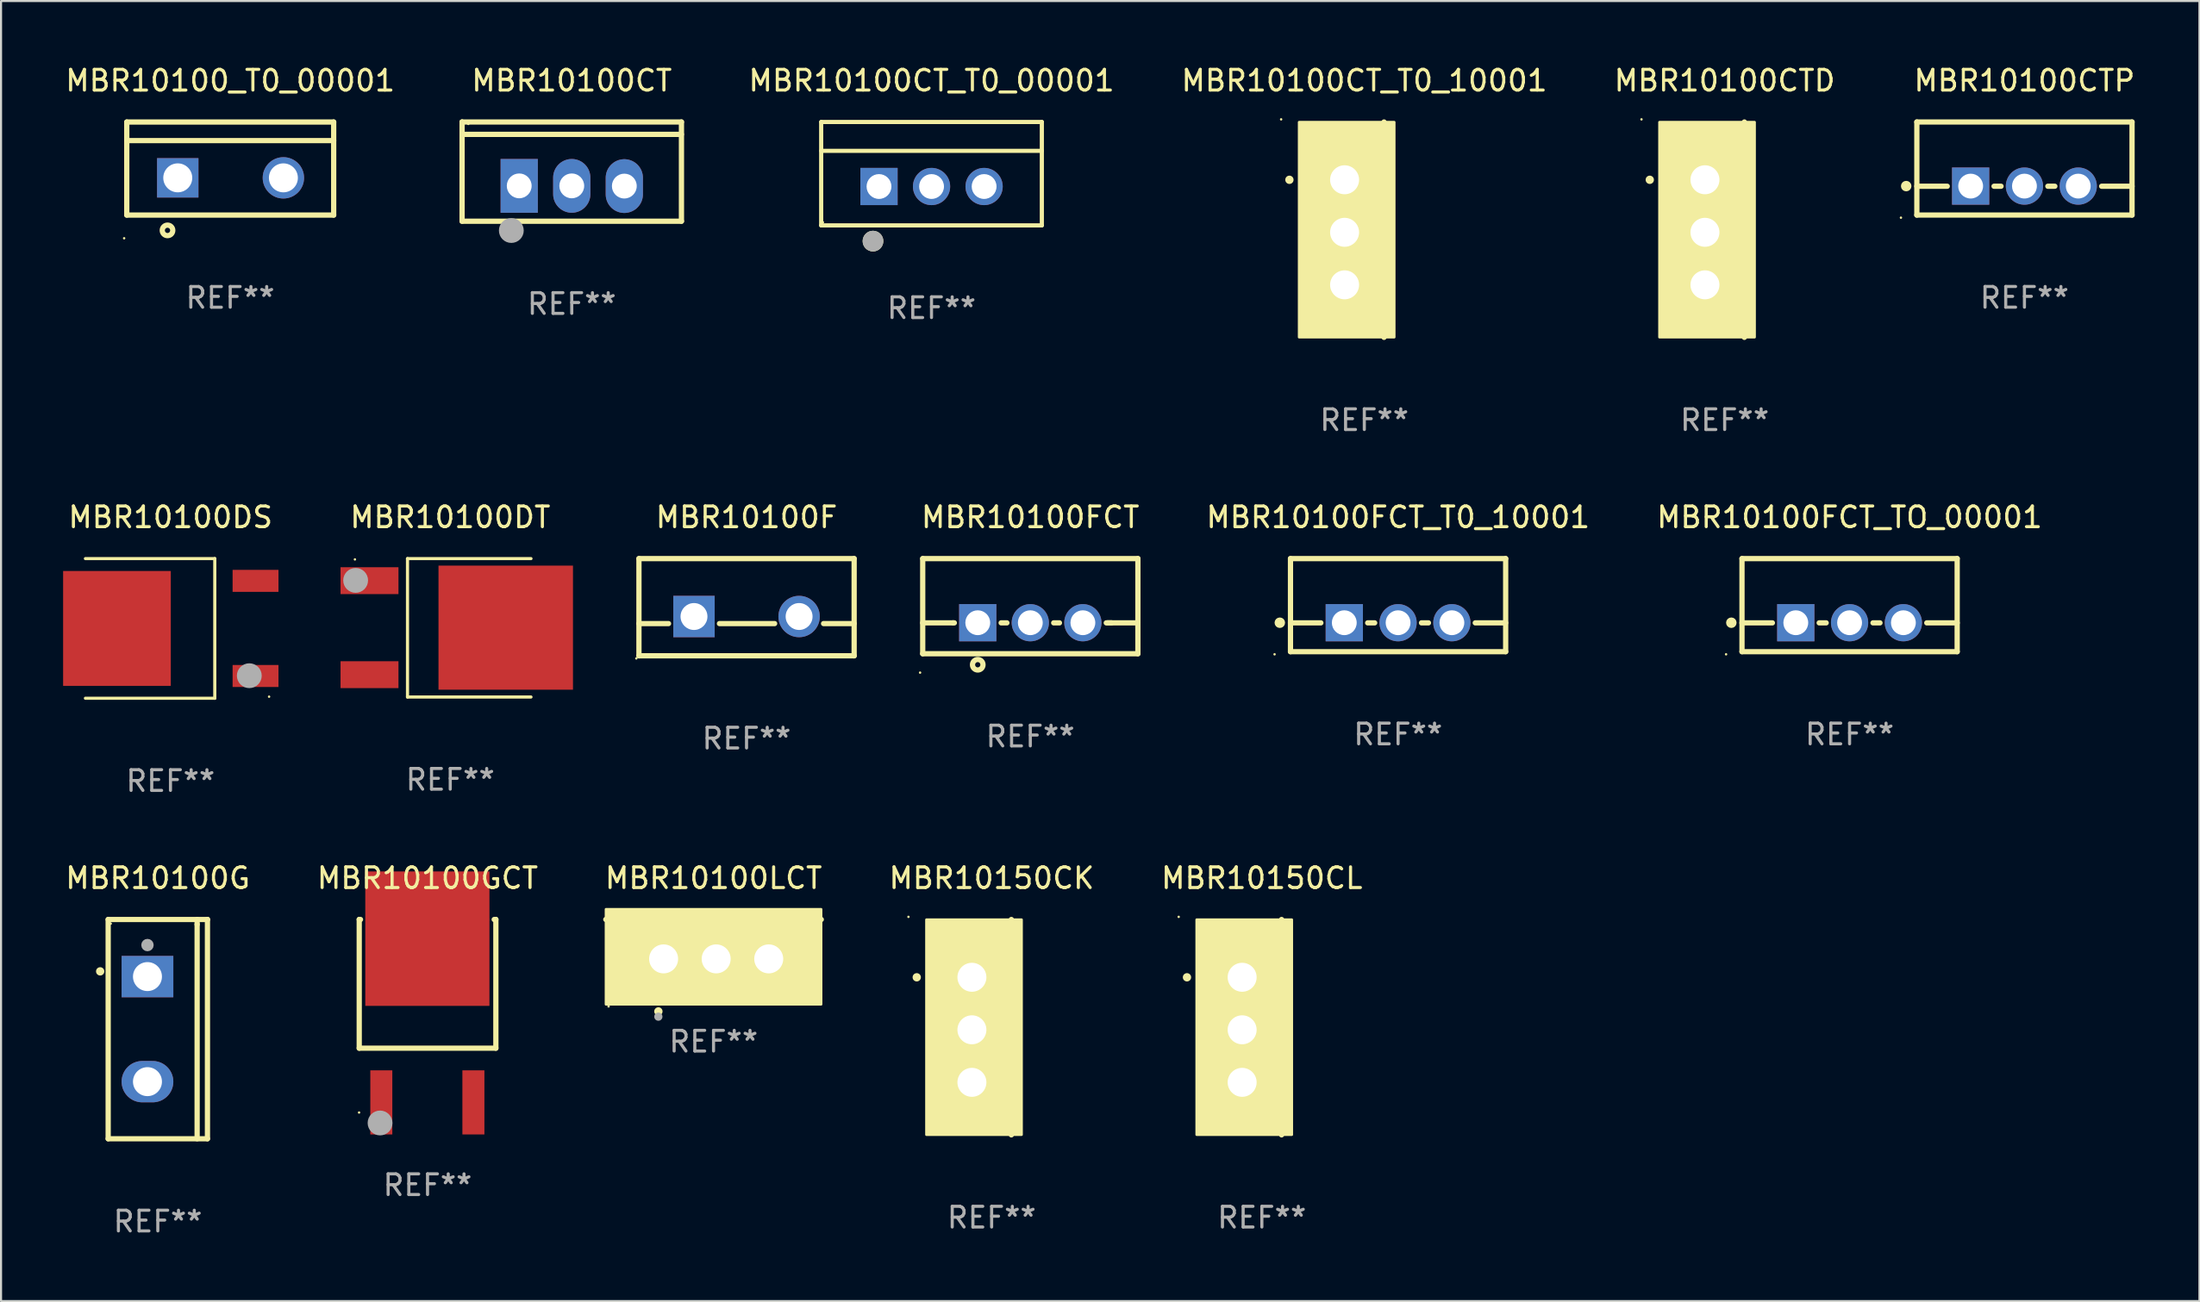
<source format=kicad_pcb>
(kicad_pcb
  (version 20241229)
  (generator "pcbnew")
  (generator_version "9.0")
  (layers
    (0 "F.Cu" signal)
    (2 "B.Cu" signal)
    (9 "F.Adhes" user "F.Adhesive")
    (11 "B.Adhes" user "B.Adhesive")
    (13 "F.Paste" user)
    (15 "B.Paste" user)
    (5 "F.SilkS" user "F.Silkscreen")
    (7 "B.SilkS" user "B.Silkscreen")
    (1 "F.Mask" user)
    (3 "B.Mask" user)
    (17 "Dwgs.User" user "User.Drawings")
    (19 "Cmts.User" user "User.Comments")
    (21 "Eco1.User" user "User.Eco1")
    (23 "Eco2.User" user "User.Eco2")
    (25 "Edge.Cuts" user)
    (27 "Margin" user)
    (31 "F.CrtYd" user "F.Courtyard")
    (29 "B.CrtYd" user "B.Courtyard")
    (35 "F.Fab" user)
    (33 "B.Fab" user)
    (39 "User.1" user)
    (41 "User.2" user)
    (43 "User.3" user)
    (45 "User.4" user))
  (footprint "MBR10100FCT"
    (layer "F.Cu")
    (at 46.744 26.259)
    (property "Reference" "MBR10100FCT" (at 0 -4.3 0) (layer "F.SilkS") (effects (font (size 1 1) (thickness 0.15))))
    (attr through_hole)
    (fp_line (start -5.2 -2.3) (end -5.2 2.3) (stroke (width 0.254) (type solid)) (layer "F.SilkS"))
    (fp_line (start -5.2 -2.3) (end 5.2 -2.3) (stroke (width 0.254) (type solid)) (layer "F.SilkS"))
    (fp_line (start -5.2 0.807) (end -3.731 0.807) (stroke (width 0.254) (type solid)) (layer "F.SilkS"))
    (fp_line (start -5.2 2.3) (end 5.2 2.3) (stroke (width 0.254) (type solid)) (layer "F.SilkS"))
    (fp_line (start -3.731 0.807) (end -3.671 0.807) (stroke (width 0.254) (type solid)) (layer "F.SilkS"))
    (fp_line (start -1.409 0.807) (end -1.131 0.807) (stroke (width 0.254) (type solid)) (layer "F.SilkS"))
    (fp_line (start 1.131 0.807) (end 1.409 0.807) (stroke (width 0.254) (type solid)) (layer "F.SilkS"))
    (fp_line (start 3.671 0.807) (end 3.926 0.807) (stroke (width 0.254) (type solid)) (layer "F.SilkS"))
    (fp_line (start 3.731 0.807) (end 5.2 0.807) (stroke (width 0.254) (type solid)) (layer "F.SilkS"))
    (fp_line (start 5.2 -2.3) (end 5.2 2.3) (stroke (width 0.254) (type solid)) (layer "F.SilkS"))
    (fp_circle (center -5.327 3.213) (end -5.297 3.213) (stroke (width 0.06) (type solid)) (fill no) (layer "F.SilkS"))
    (fp_circle (center -2.54 2.832) (end -2.286 2.832) (stroke (width 0.254) (type solid)) (fill no) (layer "F.SilkS"))
    (fp_text user "REF**" (at 0 6.3 0) (layer "F.Fab") (effects (font (size 1 1) (thickness 0.15))))
    (pad "1" thru_hole rect (at -2.54 0.8) (size 1.8 1.8) (drill 1.2) (layers "*.Cu" "*.Mask"))
    (pad "2" thru_hole circle (at 0 0.8) (size 1.8 1.8) (drill 1.2) (layers "*.Cu" "*.Mask"))
    (pad "3" thru_hole circle (at 2.54 0.8) (size 1.8 1.8) (drill 1.2) (layers "*.Cu" "*.Mask")))
  (footprint "MBR10100CTP"
    (layer "F.Cu")
    (at 94.79 5.098)
    (property "Reference" "MBR10100CTP" (at 0 -4.25 0) (layer "F.SilkS") (effects (font (size 1 1) (thickness 0.15))))
    (attr through_hole)
    (fp_line (start -5.2 -2.25) (end -5.2 2.25) (stroke (width 0.254) (type solid)) (layer "F.SilkS"))
    (fp_line (start -5.2 -2.25) (end 5.2 -2.25) (stroke (width 0.254) (type solid)) (layer "F.SilkS"))
    (fp_line (start -5.2 0.857) (end -3.731 0.857) (stroke (width 0.254) (type solid)) (layer "F.SilkS"))
    (fp_line (start -5.2 2.25) (end 5.2 2.25) (stroke (width 0.254) (type solid)) (layer "F.SilkS"))
    (fp_line (start -1.469 0.857) (end -1.131 0.857) (stroke (width 0.254) (type solid)) (layer "F.SilkS"))
    (fp_line (start 1.131 0.857) (end 1.469 0.857) (stroke (width 0.254) (type solid)) (layer "F.SilkS"))
    (fp_line (start 3.731 0.857) (end 5.2 0.857) (stroke (width 0.254) (type solid)) (layer "F.SilkS"))
    (fp_line (start 5.2 -2.25) (end 5.2 2.25) (stroke (width 0.254) (type solid)) (layer "F.SilkS"))
    (fp_circle (center -5.969 2.377) (end -5.939 2.377) (stroke (width 0.06) (type solid)) (fill no) (layer "F.SilkS"))
    (fp_circle (center -5.715 0.85) (end -5.588 0.85) (stroke (width 0.254) (type solid)) (fill no) (layer "F.SilkS"))
    (fp_text user "REF**" (at 0 6.25 0) (layer "F.Fab") (effects (font (size 1 1) (thickness 0.15))))
    (pad "1" thru_hole rect (at -2.6 0.85) (size 1.8 1.8) (drill 1.2) (layers "*.Cu" "*.Mask"))
    (pad "2" thru_hole circle (at 0 0.85) (size 1.8 1.8) (drill 1.2) (layers "*.Cu" "*.Mask"))
    (pad "3" thru_hole circle (at 2.6 0.85) (size 1.8 1.8) (drill 1.2) (layers "*.Cu" "*.Mask")))
  (footprint "MBR10100_T0_00001"
    (layer "F.Cu")
    (at 8.077 5.099)
    (property "Reference" "MBR10100_T0_00001" (at 0 -4.25 0) (layer "F.SilkS") (effects (font (size 1 1) (thickness 0.15))))
    (attr through_hole)
    (fp_line (start -5 -2.25) (end 5 -2.25) (stroke (width 0.254) (type solid)) (layer "F.SilkS"))
    (fp_line (start -5 -1.351) (end 5 -1.351) (stroke (width 0.254) (type solid)) (layer "F.SilkS"))
    (fp_line (start -5 2.25) (end -5 -2.25) (stroke (width 0.254) (type solid)) (layer "F.SilkS"))
    (fp_line (start -5 2.25) (end 5 2.25) (stroke (width 0.254) (type solid)) (layer "F.SilkS"))
    (fp_line (start 5 2.25) (end 5 -2.25) (stroke (width 0.254) (type solid)) (layer "F.SilkS"))
    (fp_circle (center -5.127 3.371) (end -5.097 3.371) (stroke (width 0.06) (type solid)) (fill no) (layer "F.SilkS"))
    (fp_circle (center -3.031 2.99) (end -2.777 2.99) (stroke (width 0.254) (type solid)) (fill no) (layer "F.SilkS"))
    (fp_text user "REF**" (at 0 6.25 0) (layer "F.Fab") (effects (font (size 1 1) (thickness 0.15))))
    (pad "1" thru_hole rect (at -2.536 0.45 90) (size 1.905 2) (drill 1.4) (layers "*.Cu" "*.Mask"))
    (pad "3" thru_hole circle (at 2.569 0.45) (size 2 2) (drill 1.4) (layers "*.Cu" "*.Mask")))
  (footprint "MBR10100FCT_T0_10001"
    (layer "F.Cu")
    (at 64.518 26.209)
    (property "Reference" "MBR10100FCT_T0_10001" (at 0 -4.25 0) (layer "F.SilkS") (effects (font (size 1 1) (thickness 0.15))))
    (attr through_hole)
    (fp_line (start -5.2 -2.25) (end -5.2 2.25) (stroke (width 0.254) (type solid)) (layer "F.SilkS"))
    (fp_line (start -5.2 -2.25) (end 5.2 -2.25) (stroke (width 0.254) (type solid)) (layer "F.SilkS"))
    (fp_line (start -5.2 0.857) (end -3.731 0.857) (stroke (width 0.254) (type solid)) (layer "F.SilkS"))
    (fp_line (start -5.2 2.25) (end 5.2 2.25) (stroke (width 0.254) (type solid)) (layer "F.SilkS"))
    (fp_line (start -1.469 0.857) (end -1.131 0.857) (stroke (width 0.254) (type solid)) (layer "F.SilkS"))
    (fp_line (start 1.131 0.857) (end 1.469 0.857) (stroke (width 0.254) (type solid)) (layer "F.SilkS"))
    (fp_line (start 3.731 0.857) (end 5.2 0.857) (stroke (width 0.254) (type solid)) (layer "F.SilkS"))
    (fp_line (start 5.2 -2.25) (end 5.2 2.25) (stroke (width 0.254) (type solid)) (layer "F.SilkS"))
    (fp_circle (center -5.969 2.377) (end -5.939 2.377) (stroke (width 0.06) (type solid)) (fill no) (layer "F.SilkS"))
    (fp_circle (center -5.715 0.85) (end -5.588 0.85) (stroke (width 0.254) (type solid)) (fill no) (layer "F.SilkS"))
    (fp_text user "REF**" (at 0 6.25 0) (layer "F.Fab") (effects (font (size 1 1) (thickness 0.15))))
    (pad "1" thru_hole rect (at -2.6 0.85) (size 1.8 1.8) (drill 1.2) (layers "*.Cu" "*.Mask"))
    (pad "2" thru_hole circle (at 0 0.85) (size 1.8 1.8) (drill 1.2) (layers "*.Cu" "*.Mask"))
    (pad "3" thru_hole circle (at 2.6 0.85) (size 1.8 1.8) (drill 1.2) (layers "*.Cu" "*.Mask")))
  (footprint "MBR10100G"
    (layer "F.Cu")
    (at 4.577 46.709)
    (property "Reference" "MBR10100G" (at 0 -7.301 0) (layer "F.SilkS") (effects (font (size 1 1) (thickness 0.15))))
    (attr through_hole)
    (fp_line (start -2.399 -5.301) (end 2.394 -5.301) (stroke (width 0.254) (type solid)) (layer "F.SilkS"))
    (fp_line (start -2.399 5.301) (end -2.399 -5.301) (stroke (width 0.254) (type solid)) (layer "F.SilkS"))
    (fp_line (start 1.9 -5.061) (end 1.9 -5.3) (stroke (width 0.254) (type solid)) (layer "F.SilkS"))
    (fp_line (start 1.9 5.3) (end 1.9 -5.061) (stroke (width 0.254) (type solid)) (layer "F.SilkS"))
    (fp_line (start 2.394 -5.301) (end 2.399 -5.301) (stroke (width 0.254) (type solid)) (layer "F.SilkS"))
    (fp_line (start 2.399 -5.301) (end 2.399 5.301) (stroke (width 0.254) (type solid)) (layer "F.SilkS"))
    (fp_line (start 2.399 5.301) (end -2.399 5.301) (stroke (width 0.254) (type solid)) (layer "F.SilkS"))
    (fp_arc (start -2.786043 -2.791466) (mid -2.786047 -2.792736) (end -2.786043 -2.794006) (stroke (width 0.4) (type solid)) (layer "F.SilkS"))
    (fp_circle (center -2.275 -5.1) (end -2.245 -5.1) (stroke (width 0.06) (type solid)) (fill no) (layer "F.SilkS"))
    (fp_circle (center -0.5 -4.064) (end -0.35 -4.064) (stroke (width 0.3) (type solid)) (fill no) (layer "F.Fab"))
    (fp_text user "REF**" (at 0 9.301 0) (layer "F.Fab") (effects (font (size 1 1) (thickness 0.15))))
    (pad "1" thru_hole rect (at -0.5 -2.54 270) (size 2 2.5) (drill 1.4) (layers "*.Cu" "*.Mask"))
    (pad "3" thru_hole oval (at -0.5 2.54 270) (size 2 2.5) (drill 1.4) (layers "*.Cu" "*.Mask")))
  (footprint "MBR10100CT_T0_10001"
    (layer "F.Cu")
    (at 62.886 8.055)
    (property "Reference" "MBR10100CT_T0_10001" (at 0 -7.207 0) (layer "F.SilkS") (effects (font (size 1 1) (thickness 0.15))))
    (attr through_hole)
    (fp_line (start 0.953 5.207) (end 0.953 -5.207) (stroke (width 0.254) (type solid)) (layer "F.SilkS"))
    (fp_arc (start -3.619507 -2.410465) (mid -3.619511 -2.411735) (end -3.619507 -2.413005) (stroke (width 0.4) (type solid)) (layer "F.SilkS"))
    (fp_circle (center -4.02 -5.334) (end -3.99 -5.334) (stroke (width 0.06) (type solid)) (fill no) (layer "F.SilkS"))
    (fp_poly (pts (xy -3.152 -5.2) (xy 1.448 -5.2) (xy 1.448 5.2) (xy -3.152 5.2)) (stroke (width 0.12) (type solid)) (fill yes) (layer "F.SilkS"))
    (fp_text user "REF**" (at 0 9.207 0) (layer "F.Fab") (effects (font (size 1 1) (thickness 0.15))))
    (pad "1" thru_hole rect (at -0.953 -2.413 270) (size 2 2.5) (drill 1.4) (layers "*.Cu" "*.Mask"))
    (pad "2" thru_hole oval (at -0.953 0.127 270) (size 2 2.5) (drill 1.4) (layers "*.Cu" "*.Mask"))
    (pad "3" thru_hole oval (at -0.953 2.667 270) (size 2 2.5) (drill 1.4) (layers "*.Cu" "*.Mask")))
  (footprint "MBR10150CK"
    (layer "F.Cu")
    (at 44.875 46.615)
    (property "Reference" "MBR10150CK" (at 0 -7.207 0) (layer "F.SilkS") (effects (font (size 1 1) (thickness 0.15))))
    (attr through_hole)
    (fp_line (start 0.953 5.207) (end 0.953 -5.207) (stroke (width 0.254) (type solid)) (layer "F.SilkS"))
    (fp_arc (start -3.619507 -2.410465) (mid -3.619511 -2.411735) (end -3.619507 -2.413005) (stroke (width 0.4) (type solid)) (layer "F.SilkS"))
    (fp_circle (center -4.02 -5.334) (end -3.99 -5.334) (stroke (width 0.06) (type solid)) (fill no) (layer "F.SilkS"))
    (fp_poly (pts (xy -3.152 -5.2) (xy 1.448 -5.2) (xy 1.448 5.2) (xy -3.152 5.2)) (stroke (width 0.12) (type solid)) (fill yes) (layer "F.SilkS"))
    (fp_text user "REF**" (at 0 9.207 0) (layer "F.Fab") (effects (font (size 1 1) (thickness 0.15))))
    (pad "1" thru_hole rect (at -0.953 -2.413 270) (size 2 2.5) (drill 1.4) (layers "*.Cu" "*.Mask"))
    (pad "2" thru_hole oval (at -0.953 0.127 270) (size 2 2.5) (drill 1.4) (layers "*.Cu" "*.Mask"))
    (pad "3" thru_hole oval (at -0.953 2.667 270) (size 2 2.5) (drill 1.4) (layers "*.Cu" "*.Mask")))
  (footprint "MBR10100FCT_TO_00001"
    (layer "F.Cu")
    (at 86.339 26.209)
    (property "Reference" "MBR10100FCT_TO_00001" (at 0 -4.25 0) (layer "F.SilkS") (effects (font (size 1 1) (thickness 0.15))))
    (attr through_hole)
    (fp_line (start -5.2 -2.25) (end -5.2 2.25) (stroke (width 0.254) (type solid)) (layer "F.SilkS"))
    (fp_line (start -5.2 -2.25) (end 5.2 -2.25) (stroke (width 0.254) (type solid)) (layer "F.SilkS"))
    (fp_line (start -5.2 0.857) (end -3.731 0.857) (stroke (width 0.254) (type solid)) (layer "F.SilkS"))
    (fp_line (start -5.2 2.25) (end 5.2 2.25) (stroke (width 0.254) (type solid)) (layer "F.SilkS"))
    (fp_line (start -1.469 0.857) (end -1.131 0.857) (stroke (width 0.254) (type solid)) (layer "F.SilkS"))
    (fp_line (start 1.131 0.857) (end 1.469 0.857) (stroke (width 0.254) (type solid)) (layer "F.SilkS"))
    (fp_line (start 3.731 0.857) (end 5.2 0.857) (stroke (width 0.254) (type solid)) (layer "F.SilkS"))
    (fp_line (start 5.2 -2.25) (end 5.2 2.25) (stroke (width 0.254) (type solid)) (layer "F.SilkS"))
    (fp_circle (center -5.969 2.377) (end -5.939 2.377) (stroke (width 0.06) (type solid)) (fill no) (layer "F.SilkS"))
    (fp_circle (center -5.715 0.85) (end -5.588 0.85) (stroke (width 0.254) (type solid)) (fill no) (layer "F.SilkS"))
    (fp_text user "REF**" (at 0 6.25 0) (layer "F.Fab") (effects (font (size 1 1) (thickness 0.15))))
    (pad "1" thru_hole rect (at -2.6 0.85) (size 1.8 1.8) (drill 1.2) (layers "*.Cu" "*.Mask"))
    (pad "2" thru_hole circle (at 0 0.85) (size 1.8 1.8) (drill 1.2) (layers "*.Cu" "*.Mask"))
    (pad "3" thru_hole circle (at 2.6 0.85) (size 1.8 1.8) (drill 1.2) (layers "*.Cu" "*.Mask")))
  (footprint "MBR10100F"
    (layer "F.Cu")
    (at 33.03 26.309)
    (property "Reference" "MBR10100F" (at 0 -4.35 0) (layer "F.SilkS") (effects (font (size 1 1) (thickness 0.15))))
    (attr through_hole)
    (fp_line (start -5.2 -2.35) (end -5.2 2.35) (stroke (width 0.254) (type solid)) (layer "F.SilkS"))
    (fp_line (start -5.2 -2.35) (end 5.2 -2.35) (stroke (width 0.254) (type solid)) (layer "F.SilkS"))
    (fp_line (start -5.2 0.792) (end -3.771 0.792) (stroke (width 0.254) (type solid)) (layer "F.SilkS"))
    (fp_line (start -5.2 2.35) (end 5.2 2.35) (stroke (width 0.254) (type solid)) (layer "F.SilkS"))
    (fp_line (start -1.309 0.792) (end 1.357 0.792) (stroke (width 0.254) (type solid)) (layer "F.SilkS"))
    (fp_line (start 3.723 0.792) (end 5.2 0.792) (stroke (width 0.254) (type solid)) (layer "F.SilkS"))
    (fp_line (start 5.2 -2.35) (end 5.2 2.35) (stroke (width 0.254) (type solid)) (layer "F.SilkS"))
    (fp_circle (center -5.327 2.477) (end -5.297 2.477) (stroke (width 0.06) (type solid)) (fill no) (layer "F.SilkS"))
    (fp_text user "REF**" (at 0 6.35 0) (layer "F.Fab") (effects (font (size 1 1) (thickness 0.15))))
    (pad "1" thru_hole rect (at -2.54 0.45) (size 2 2) (drill 1.3) (layers "*.Cu" "*.Mask"))
    (pad "2" thru_hole circle (at 2.54 0.45) (size 2 2) (drill 1.3) (layers "*.Cu" "*.Mask")))
  (footprint "MBR10100CTD"
    (layer "F.Cu")
    (at 80.302 8.055)
    (property "Reference" "MBR10100CTD" (at 0 -7.207 0) (layer "F.SilkS") (effects (font (size 1 1) (thickness 0.15))))
    (attr through_hole)
    (fp_line (start 0.953 5.207) (end 0.953 -5.207) (stroke (width 0.254) (type solid)) (layer "F.SilkS"))
    (fp_arc (start -3.619507 -2.410465) (mid -3.619511 -2.411735) (end -3.619507 -2.413005) (stroke (width 0.4) (type solid)) (layer "F.SilkS"))
    (fp_circle (center -4.02 -5.334) (end -3.99 -5.334) (stroke (width 0.06) (type solid)) (fill no) (layer "F.SilkS"))
    (fp_poly (pts (xy -3.152 -5.2) (xy 1.448 -5.2) (xy 1.448 5.2) (xy -3.152 5.2)) (stroke (width 0.12) (type solid)) (fill yes) (layer "F.SilkS"))
    (fp_text user "REF**" (at 0 9.207 0) (layer "F.Fab") (effects (font (size 1 1) (thickness 0.15))))
    (pad "1" thru_hole rect (at -0.953 -2.413 270) (size 2 2.5) (drill 1.4) (layers "*.Cu" "*.Mask"))
    (pad "2" thru_hole oval (at -0.953 0.127 270) (size 2 2.5) (drill 1.4) (layers "*.Cu" "*.Mask"))
    (pad "3" thru_hole oval (at -0.953 2.667 270) (size 2 2.5) (drill 1.4) (layers "*.Cu" "*.Mask")))
  (footprint "MBR10100CT"
    (layer "F.Cu")
    (at 24.583 5.247)
    (property "Reference" "MBR10100CT" (at 0 -4.399 0) (layer "F.SilkS") (effects (font (size 1 1) (thickness 0.15))))
    (attr through_hole)
    (fp_line (start -5.301 -2.399) (end 5.301 -2.399) (stroke (width 0.254) (type solid)) (layer "F.SilkS"))
    (fp_line (start -5.301 -2.394) (end -5.301 -2.399) (stroke (width 0.254) (type solid)) (layer "F.SilkS"))
    (fp_line (start -5.301 2.399) (end -5.301 -2.394) (stroke (width 0.254) (type solid)) (layer "F.SilkS"))
    (fp_line (start 5.3 -1.8) (end -5.3 -1.8) (stroke (width 0.254) (type solid)) (layer "F.SilkS"))
    (fp_line (start 5.301 -2.399) (end 5.301 2.399) (stroke (width 0.254) (type solid)) (layer "F.SilkS"))
    (fp_line (start 5.301 2.399) (end -5.301 2.399) (stroke (width 0.254) (type solid)) (layer "F.SilkS"))
    (fp_arc (start -2.769977 3.025032) (mid -2.768707 3.025028) (end -2.767437 3.025032) (stroke (width 0.4) (type solid)) (layer "F.SilkS"))
    (fp_circle (center -5 -2.305) (end -4.97 -2.305) (stroke (width 0.06) (type solid)) (fill no) (layer "F.SilkS"))
    (fp_circle (center -2.921 2.849) (end -2.621 2.849) (stroke (width 0.6) (type solid)) (fill no) (layer "F.Fab"))
    (fp_text user "REF**" (at 0 6.399 0) (layer "F.Fab") (effects (font (size 1 1) (thickness 0.15))))
    (pad "1" thru_hole rect (at -2.54 0.69) (size 1.8 2.6) (drill 1.2) (layers "*.Cu" "*.Mask"))
    (pad "2" thru_hole oval (at 0 0.69) (size 1.8 2.6) (drill 1.2) (layers "*.Cu" "*.Mask"))
    (pad "3" thru_hole oval (at 2.54 0.7) (size 1.8 2.6) (drill 1.2) (layers "*.Cu" "*.Mask")))
  (footprint "MBR10100LCT"
    (layer "F.Cu")
    (at 31.435 42.36)
    (property "Reference" "MBR10100LCT" (at 0 -2.953 0) (layer "F.SilkS") (effects (font (size 1 1) (thickness 0.15))))
    (attr through_hole)
    (fp_line (start 5.207 -0.953) (end -5.207 -0.953) (stroke (width 0.254) (type solid)) (layer "F.SilkS"))
    (fp_arc (start -2.66698 3.49252) (mid -2.66571 3.492516) (end -2.66444 3.49252) (stroke (width 0.4) (type solid)) (layer "F.SilkS"))
    (fp_circle (center -5.073 3.252) (end -5.043 3.252) (stroke (width 0.06) (type solid)) (fill no) (layer "F.SilkS"))
    (fp_poly (pts (xy -5.2 -1.448) (xy 5.2 -1.448) (xy 5.2 3.152) (xy -5.2 3.152)) (stroke (width 0.12) (type solid)) (fill yes) (layer "F.SilkS"))
    (fp_circle (center -2.667 3.747) (end -2.567 3.747) (stroke (width 0.2) (type solid)) (fill no) (layer "F.Fab"))
    (fp_text user "REF**" (at 0 4.953 0) (layer "F.Fab") (effects (font (size 1 1) (thickness 0.15))))
    (pad "1" thru_hole rect (at -2.413 0.953) (size 2 2.5) (drill 1.4) (layers "*.Cu" "*.Mask"))
    (pad "2" thru_hole oval (at 0.127 0.953) (size 2 2.5) (drill 1.4) (layers "*.Cu" "*.Mask"))
    (pad "3" thru_hole oval (at 2.667 0.953) (size 2 2.5) (drill 1.4) (layers "*.Cu" "*.Mask")))
  (footprint "MBR10100GCT"
    (layer "F.Cu")
    (at 17.613 45.83)
    (property "Reference" "MBR10100GCT" (at 0 -6.422 0) (layer "F.SilkS") (effects (font (size 1 1) (thickness 0.15))))
    (attr through_hole)
    (fp_line (start -3.302 -4.422) (end -3.302 1.801) (stroke (width 0.254) (type solid)) (layer "F.SilkS"))
    (fp_line (start -3.302 1.801) (end 3.302 1.801) (stroke (width 0.254) (type solid)) (layer "F.SilkS"))
    (fp_line (start -3.24 -4.422) (end -3.302 -4.422) (stroke (width 0.254) (type solid)) (layer "F.SilkS"))
    (fp_line (start 3.302 -4.422) (end 3.222 -4.422) (stroke (width 0.254) (type solid)) (layer "F.SilkS"))
    (fp_line (start 3.302 1.801) (end 3.302 -4.422) (stroke (width 0.254) (type solid)) (layer "F.SilkS"))
    (fp_circle (center -3.309 4.912) (end -3.279 4.912) (stroke (width 0.06) (type solid)) (fill no) (layer "F.SilkS"))
    (fp_circle (center -2.295 5.417) (end -1.995 5.417) (stroke (width 0.6) (type solid)) (fill no) (layer "F.Fab"))
    (fp_text user "REF**" (at 0 8.422 0) (layer "F.Fab") (effects (font (size 1 1) (thickness 0.15))))
    (pad "1" smd rect (at -2.234 4.422 270) (size 3.1 1.064) (layers "F.Cu" "F.Mask" "F.Paste"))
    (pad "2" smd rect (at -0.009 -3.495 270) (size 6.5 6) (layers "F.Cu" "F.Mask" "F.Paste"))
    (pad "3" smd rect (at 2.216 4.422 270) (size 3.1 1.064) (layers "F.Cu" "F.Mask" "F.Paste")))
  (footprint "MBR10100DS"
    (layer "F.Cu")
    (at 5.189 27.335)
    (property "Reference" "MBR10100DS" (at 0 -5.376 0) (layer "F.SilkS") (effects (font (size 1 1) (thickness 0.15))))
    (attr through_hole)
    (fp_line (start -4.111 -3.376) (end 2.142 -3.376) (stroke (width 0.152) (type solid)) (layer "F.SilkS"))
    (fp_line (start -4.111 3.376) (end 2.142 3.376) (stroke (width 0.152) (type solid)) (layer "F.SilkS"))
    (fp_line (start 2.142 3.376) (end 2.142 -3.376) (stroke (width 0.152) (type solid)) (layer "F.SilkS"))
    (fp_circle (center 4.766 3.3) (end 4.796 3.3) (stroke (width 0.06) (type solid)) (fill no) (layer "F.SilkS"))
    (fp_circle (center 3.81 2.286) (end 4.11 2.286) (stroke (width 0.6) (type solid)) (fill no) (layer "F.Fab"))
    (fp_text user "REF**" (at 0 7.376 0) (layer "F.Fab") (effects (font (size 1 1) (thickness 0.15))))
    (pad "1" smd rect (at 4.111 2.3) (size 2.218 1.064) (layers "F.Cu" "F.Mask" "F.Paste"))
    (pad "2" smd rect (at -2.587 0) (size 5.204 5.554) (layers "F.Cu" "F.Mask" "F.Paste"))
    (pad "3" smd rect (at 4.111 -2.3) (size 2.218 1.064) (layers "F.Cu" "F.Mask" "F.Paste")))
  (footprint "MBR10100DT"
    (layer "F.Cu")
    (at 18.71 27.305)
    (property "Reference" "MBR10100DT" (at 0 -5.346 0) (layer "F.SilkS") (effects (font (size 1 1) (thickness 0.15))))
    (attr through_hole)
    (fp_line (start -2.066 -3.346) (end -2.066 3.346) (stroke (width 0.152) (type solid)) (layer "F.SilkS"))
    (fp_line (start 3.902 -3.346) (end -2.066 -3.346) (stroke (width 0.152) (type solid)) (layer "F.SilkS"))
    (fp_line (start 3.902 3.346) (end -2.066 3.346) (stroke (width 0.152) (type solid)) (layer "F.SilkS"))
    (fp_circle (center -4.607 -3.307) (end -4.577 -3.307) (stroke (width 0.06) (type solid)) (fill no) (layer "F.SilkS"))
    (fp_circle (center -4.572 -2.293) (end -4.272 -2.293) (stroke (width 0.6) (type solid)) (fill no) (layer "F.Fab"))
    (fp_text user "REF**" (at 0 7.346 0) (layer "F.Fab") (effects (font (size 1 1) (thickness 0.15))))
    (pad "1" smd rect (at -3.902 -2.279) (size 2.8 1.3) (layers "F.Cu" "F.Mask" "F.Paste"))
    (pad "2" smd rect (at 2.682 -0.007) (size 6.5 6) (layers "F.Cu" "F.Mask" "F.Paste"))
    (pad "3" smd rect (at -3.902 2.266) (size 2.8 1.3) (layers "F.Cu" "F.Mask" "F.Paste")))
  (footprint "MBR10100CT_T0_00001"
    (layer "F.Cu")
    (at 41.969 5.348)
    (property "Reference" "MBR10100CT_T0_00001" (at 0 -4.5 0) (layer "F.SilkS") (effects (font (size 1 1) (thickness 0.15))))
    (attr through_hole)
    (fp_line (start -5.332 2.5) (end -5.332 -2.5) (stroke (width 0.201) (type solid)) (layer "F.SilkS"))
    (fp_line (start -5.328 -2.5) (end 5.332 -2.5) (stroke (width 0.201) (type solid)) (layer "F.SilkS"))
    (fp_line (start -5.328 -1.104) (end 5.332 -1.104) (stroke (width 0.201) (type solid)) (layer "F.SilkS"))
    (fp_line (start 5.332 -2.5) (end 5.332 2.5) (stroke (width 0.201) (type solid)) (layer "F.SilkS"))
    (fp_line (start 5.332 2.5) (end -5.332 2.5) (stroke (width 0.201) (type solid)) (layer "F.SilkS"))
    (fp_circle (center -5.248 2.35) (end -5.218 2.35) (stroke (width 0.06) (type solid)) (fill no) (layer "F.SilkS"))
    (fp_circle (center -2.828 3.26) (end -2.578 3.26) (stroke (width 0.5) (type solid)) (fill no) (layer "F.SilkS"))
    (fp_circle (center -2.828 3.26) (end -2.578 3.26) (stroke (width 0.5) (type solid)) (fill no) (layer "F.Fab"))
    (fp_text user "REF**" (at 0 6.5 0) (layer "F.Fab") (effects (font (size 1 1) (thickness 0.15))))
    (pad "1" thru_hole rect (at -2.538 0.62) (size 1.8 1.8) (drill 1.2) (layers "*.Cu" "*.Mask"))
    (pad "2" thru_hole circle (at 0.002 0.62) (size 1.8 1.8) (drill 1.2) (layers "*.Cu" "*.Mask"))
    (pad "3" thru_hole circle (at 2.542 0.62) (size 1.8 1.8) (drill 1.2) (layers "*.Cu" "*.Mask")))
  (footprint "MBR10150CL"
    (layer "F.Cu")
    (at 57.935 46.615)
    (property "Reference" "MBR10150CL" (at 0 -7.207 0) (layer "F.SilkS") (effects (font (size 1 1) (thickness 0.15))))
    (attr through_hole)
    (fp_line (start 0.953 5.207) (end 0.953 -5.207) (stroke (width 0.254) (type solid)) (layer "F.SilkS"))
    (fp_arc (start -3.619507 -2.410465) (mid -3.619511 -2.411735) (end -3.619507 -2.413005) (stroke (width 0.4) (type solid)) (layer "F.SilkS"))
    (fp_circle (center -4.02 -5.334) (end -3.99 -5.334) (stroke (width 0.06) (type solid)) (fill no) (layer "F.SilkS"))
    (fp_poly (pts (xy -3.152 -5.2) (xy 1.448 -5.2) (xy 1.448 5.2) (xy -3.152 5.2)) (stroke (width 0.12) (type solid)) (fill yes) (layer "F.SilkS"))
    (fp_text user "REF**" (at 0 9.207 0) (layer "F.Fab") (effects (font (size 1 1) (thickness 0.15))))
    (pad "1" thru_hole rect (at -0.953 -2.413 270) (size 2 2.5) (drill 1.4) (layers "*.Cu" "*.Mask"))
    (pad "2" thru_hole oval (at -0.953 0.127 270) (size 2 2.5) (drill 1.4) (layers "*.Cu" "*.Mask"))
    (pad "3" thru_hole oval (at -0.953 2.667 270) (size 2 2.5) (drill 1.4) (layers "*.Cu" "*.Mask")))
  (gr_rect
    (start -3 -3)
    (end 103.248 59.858)
    (stroke (width 0.1) (type default))
    (fill no)
    (layer "Edge.Cuts")))
</source>
